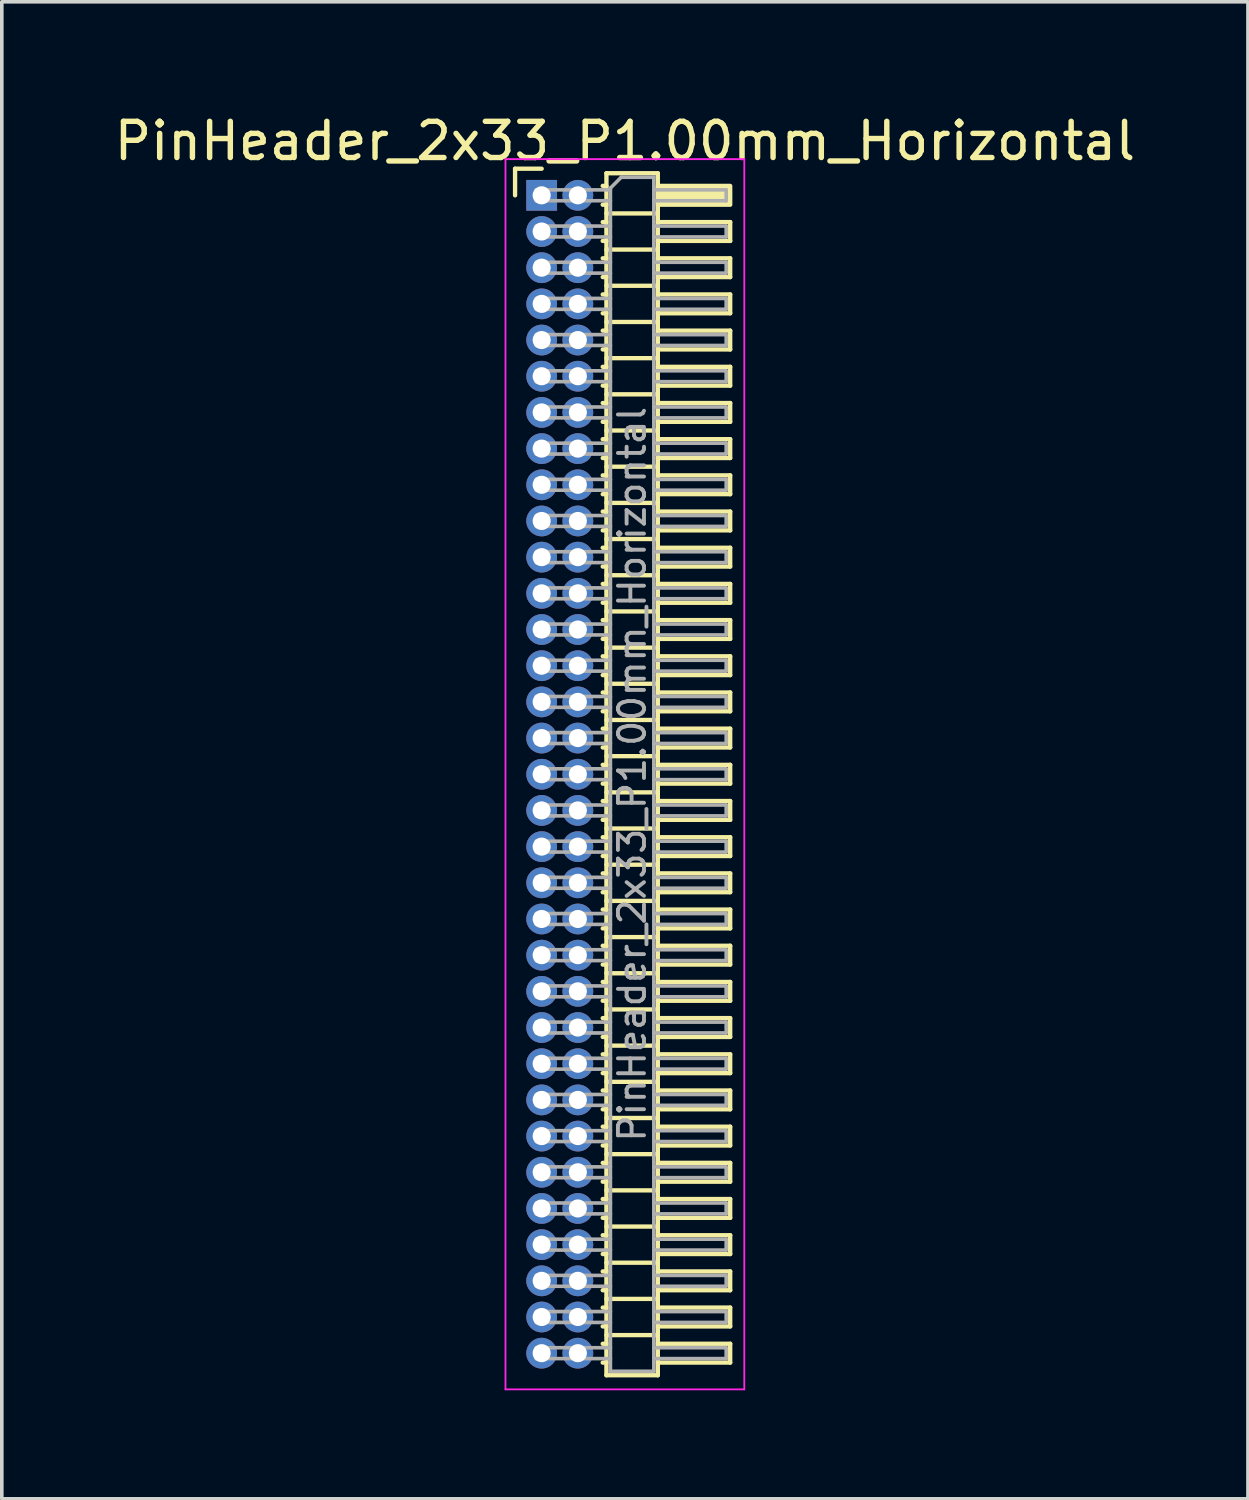
<source format=kicad_pcb>
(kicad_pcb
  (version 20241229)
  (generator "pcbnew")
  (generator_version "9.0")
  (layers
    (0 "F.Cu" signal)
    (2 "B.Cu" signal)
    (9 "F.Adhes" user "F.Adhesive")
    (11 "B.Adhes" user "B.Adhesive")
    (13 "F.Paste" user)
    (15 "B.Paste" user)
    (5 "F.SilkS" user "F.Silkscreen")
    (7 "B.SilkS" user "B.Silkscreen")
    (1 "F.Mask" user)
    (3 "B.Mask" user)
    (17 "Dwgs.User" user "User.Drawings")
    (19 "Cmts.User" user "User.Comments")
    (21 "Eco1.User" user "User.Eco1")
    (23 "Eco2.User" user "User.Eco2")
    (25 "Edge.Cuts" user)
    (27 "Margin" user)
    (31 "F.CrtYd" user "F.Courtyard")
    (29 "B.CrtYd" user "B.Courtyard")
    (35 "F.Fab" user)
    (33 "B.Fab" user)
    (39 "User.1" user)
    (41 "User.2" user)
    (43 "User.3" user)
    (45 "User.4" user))
  (footprint "PinHeader_2x33_P1.00mm_Horizontal"
    (layer "F.Cu")
    (at 11.92 2.348)
    (property "Reference" "PinHeader_2x33_P1.00mm_Horizontal" (at 2.3 -1.5 0) (layer "F.SilkS") (effects (font (size 1 1) (thickness 0.15))))
    (attr through_hole)
    (fp_line (start -0.735 -0.735) (end 0 -0.735) (stroke (width 0.12) (type solid)) (layer "F.SilkS"))
    (fp_line (start -0.735 0) (end -0.735 -0.735) (stroke (width 0.12) (type solid)) (layer "F.SilkS"))
    (fp_line (start 1.687 -0.26) (end 1.79 -0.26) (stroke (width 0.12) (type solid)) (layer "F.SilkS"))
    (fp_line (start 1.687 0.26) (end 1.79 0.26) (stroke (width 0.12) (type solid)) (layer "F.SilkS"))
    (fp_line (start 1.687 0.74) (end 1.79 0.74) (stroke (width 0.12) (type solid)) (layer "F.SilkS"))
    (fp_line (start 1.687 1.26) (end 1.79 1.26) (stroke (width 0.12) (type solid)) (layer "F.SilkS"))
    (fp_line (start 1.687 1.74) (end 1.79 1.74) (stroke (width 0.12) (type solid)) (layer "F.SilkS"))
    (fp_line (start 1.687 2.26) (end 1.79 2.26) (stroke (width 0.12) (type solid)) (layer "F.SilkS"))
    (fp_line (start 1.687 2.74) (end 1.79 2.74) (stroke (width 0.12) (type solid)) (layer "F.SilkS"))
    (fp_line (start 1.687 3.26) (end 1.79 3.26) (stroke (width 0.12) (type solid)) (layer "F.SilkS"))
    (fp_line (start 1.687 3.74) (end 1.79 3.74) (stroke (width 0.12) (type solid)) (layer "F.SilkS"))
    (fp_line (start 1.687 4.26) (end 1.79 4.26) (stroke (width 0.12) (type solid)) (layer "F.SilkS"))
    (fp_line (start 1.687 4.74) (end 1.79 4.74) (stroke (width 0.12) (type solid)) (layer "F.SilkS"))
    (fp_line (start 1.687 5.26) (end 1.79 5.26) (stroke (width 0.12) (type solid)) (layer "F.SilkS"))
    (fp_line (start 1.687 5.74) (end 1.79 5.74) (stroke (width 0.12) (type solid)) (layer "F.SilkS"))
    (fp_line (start 1.687 6.26) (end 1.79 6.26) (stroke (width 0.12) (type solid)) (layer "F.SilkS"))
    (fp_line (start 1.687 6.74) (end 1.79 6.74) (stroke (width 0.12) (type solid)) (layer "F.SilkS"))
    (fp_line (start 1.687 7.26) (end 1.79 7.26) (stroke (width 0.12) (type solid)) (layer "F.SilkS"))
    (fp_line (start 1.687 7.74) (end 1.79 7.74) (stroke (width 0.12) (type solid)) (layer "F.SilkS"))
    (fp_line (start 1.687 8.26) (end 1.79 8.26) (stroke (width 0.12) (type solid)) (layer "F.SilkS"))
    (fp_line (start 1.687 8.74) (end 1.79 8.74) (stroke (width 0.12) (type solid)) (layer "F.SilkS"))
    (fp_line (start 1.687 9.26) (end 1.79 9.26) (stroke (width 0.12) (type solid)) (layer "F.SilkS"))
    (fp_line (start 1.687 9.74) (end 1.79 9.74) (stroke (width 0.12) (type solid)) (layer "F.SilkS"))
    (fp_line (start 1.687 10.26) (end 1.79 10.26) (stroke (width 0.12) (type solid)) (layer "F.SilkS"))
    (fp_line (start 1.687 10.74) (end 1.79 10.74) (stroke (width 0.12) (type solid)) (layer "F.SilkS"))
    (fp_line (start 1.687 11.26) (end 1.79 11.26) (stroke (width 0.12) (type solid)) (layer "F.SilkS"))
    (fp_line (start 1.687 11.74) (end 1.79 11.74) (stroke (width 0.12) (type solid)) (layer "F.SilkS"))
    (fp_line (start 1.687 12.26) (end 1.79 12.26) (stroke (width 0.12) (type solid)) (layer "F.SilkS"))
    (fp_line (start 1.687 12.74) (end 1.79 12.74) (stroke (width 0.12) (type solid)) (layer "F.SilkS"))
    (fp_line (start 1.687 13.26) (end 1.79 13.26) (stroke (width 0.12) (type solid)) (layer "F.SilkS"))
    (fp_line (start 1.687 13.74) (end 1.79 13.74) (stroke (width 0.12) (type solid)) (layer "F.SilkS"))
    (fp_line (start 1.687 14.26) (end 1.79 14.26) (stroke (width 0.12) (type solid)) (layer "F.SilkS"))
    (fp_line (start 1.687 14.74) (end 1.79 14.74) (stroke (width 0.12) (type solid)) (layer "F.SilkS"))
    (fp_line (start 1.687 15.26) (end 1.79 15.26) (stroke (width 0.12) (type solid)) (layer "F.SilkS"))
    (fp_line (start 1.687 15.74) (end 1.79 15.74) (stroke (width 0.12) (type solid)) (layer "F.SilkS"))
    (fp_line (start 1.687 16.26) (end 1.79 16.26) (stroke (width 0.12) (type solid)) (layer "F.SilkS"))
    (fp_line (start 1.687 16.74) (end 1.79 16.74) (stroke (width 0.12) (type solid)) (layer "F.SilkS"))
    (fp_line (start 1.687 17.26) (end 1.79 17.26) (stroke (width 0.12) (type solid)) (layer "F.SilkS"))
    (fp_line (start 1.687 17.74) (end 1.79 17.74) (stroke (width 0.12) (type solid)) (layer "F.SilkS"))
    (fp_line (start 1.687 18.26) (end 1.79 18.26) (stroke (width 0.12) (type solid)) (layer "F.SilkS"))
    (fp_line (start 1.687 18.74) (end 1.79 18.74) (stroke (width 0.12) (type solid)) (layer "F.SilkS"))
    (fp_line (start 1.687 19.26) (end 1.79 19.26) (stroke (width 0.12) (type solid)) (layer "F.SilkS"))
    (fp_line (start 1.687 19.74) (end 1.79 19.74) (stroke (width 0.12) (type solid)) (layer "F.SilkS"))
    (fp_line (start 1.687 20.26) (end 1.79 20.26) (stroke (width 0.12) (type solid)) (layer "F.SilkS"))
    (fp_line (start 1.687 20.74) (end 1.79 20.74) (stroke (width 0.12) (type solid)) (layer "F.SilkS"))
    (fp_line (start 1.687 21.26) (end 1.79 21.26) (stroke (width 0.12) (type solid)) (layer "F.SilkS"))
    (fp_line (start 1.687 21.74) (end 1.79 21.74) (stroke (width 0.12) (type solid)) (layer "F.SilkS"))
    (fp_line (start 1.687 22.26) (end 1.79 22.26) (stroke (width 0.12) (type solid)) (layer "F.SilkS"))
    (fp_line (start 1.687 22.74) (end 1.79 22.74) (stroke (width 0.12) (type solid)) (layer "F.SilkS"))
    (fp_line (start 1.687 23.26) (end 1.79 23.26) (stroke (width 0.12) (type solid)) (layer "F.SilkS"))
    (fp_line (start 1.687 23.74) (end 1.79 23.74) (stroke (width 0.12) (type solid)) (layer "F.SilkS"))
    (fp_line (start 1.687 24.26) (end 1.79 24.26) (stroke (width 0.12) (type solid)) (layer "F.SilkS"))
    (fp_line (start 1.687 24.74) (end 1.79 24.74) (stroke (width 0.12) (type solid)) (layer "F.SilkS"))
    (fp_line (start 1.687 25.26) (end 1.79 25.26) (stroke (width 0.12) (type solid)) (layer "F.SilkS"))
    (fp_line (start 1.687 25.74) (end 1.79 25.74) (stroke (width 0.12) (type solid)) (layer "F.SilkS"))
    (fp_line (start 1.687 26.26) (end 1.79 26.26) (stroke (width 0.12) (type solid)) (layer "F.SilkS"))
    (fp_line (start 1.687 26.74) (end 1.79 26.74) (stroke (width 0.12) (type solid)) (layer "F.SilkS"))
    (fp_line (start 1.687 27.26) (end 1.79 27.26) (stroke (width 0.12) (type solid)) (layer "F.SilkS"))
    (fp_line (start 1.687 27.74) (end 1.79 27.74) (stroke (width 0.12) (type solid)) (layer "F.SilkS"))
    (fp_line (start 1.687 28.26) (end 1.79 28.26) (stroke (width 0.12) (type solid)) (layer "F.SilkS"))
    (fp_line (start 1.687 28.74) (end 1.79 28.74) (stroke (width 0.12) (type solid)) (layer "F.SilkS"))
    (fp_line (start 1.687 29.26) (end 1.79 29.26) (stroke (width 0.12) (type solid)) (layer "F.SilkS"))
    (fp_line (start 1.687 29.74) (end 1.79 29.74) (stroke (width 0.12) (type solid)) (layer "F.SilkS"))
    (fp_line (start 1.687 30.26) (end 1.79 30.26) (stroke (width 0.12) (type solid)) (layer "F.SilkS"))
    (fp_line (start 1.687 30.74) (end 1.79 30.74) (stroke (width 0.12) (type solid)) (layer "F.SilkS"))
    (fp_line (start 1.687 31.26) (end 1.79 31.26) (stroke (width 0.12) (type solid)) (layer "F.SilkS"))
    (fp_line (start 1.687 31.74) (end 1.79 31.74) (stroke (width 0.12) (type solid)) (layer "F.SilkS"))
    (fp_line (start 1.687 32.26) (end 1.79 32.26) (stroke (width 0.12) (type solid)) (layer "F.SilkS"))
    (fp_line (start 1.79 -0.61) (end 1.79 32.61) (stroke (width 0.12) (type solid)) (layer "F.SilkS"))
    (fp_line (start 1.79 0.5) (end 3.21 0.5) (stroke (width 0.12) (type solid)) (layer "F.SilkS"))
    (fp_line (start 1.79 1.5) (end 3.21 1.5) (stroke (width 0.12) (type solid)) (layer "F.SilkS"))
    (fp_line (start 1.79 2.5) (end 3.21 2.5) (stroke (width 0.12) (type solid)) (layer "F.SilkS"))
    (fp_line (start 1.79 3.5) (end 3.21 3.5) (stroke (width 0.12) (type solid)) (layer "F.SilkS"))
    (fp_line (start 1.79 4.5) (end 3.21 4.5) (stroke (width 0.12) (type solid)) (layer "F.SilkS"))
    (fp_line (start 1.79 5.5) (end 3.21 5.5) (stroke (width 0.12) (type solid)) (layer "F.SilkS"))
    (fp_line (start 1.79 6.5) (end 3.21 6.5) (stroke (width 0.12) (type solid)) (layer "F.SilkS"))
    (fp_line (start 1.79 7.5) (end 3.21 7.5) (stroke (width 0.12) (type solid)) (layer "F.SilkS"))
    (fp_line (start 1.79 8.5) (end 3.21 8.5) (stroke (width 0.12) (type solid)) (layer "F.SilkS"))
    (fp_line (start 1.79 9.5) (end 3.21 9.5) (stroke (width 0.12) (type solid)) (layer "F.SilkS"))
    (fp_line (start 1.79 10.5) (end 3.21 10.5) (stroke (width 0.12) (type solid)) (layer "F.SilkS"))
    (fp_line (start 1.79 11.5) (end 3.21 11.5) (stroke (width 0.12) (type solid)) (layer "F.SilkS"))
    (fp_line (start 1.79 12.5) (end 3.21 12.5) (stroke (width 0.12) (type solid)) (layer "F.SilkS"))
    (fp_line (start 1.79 13.5) (end 3.21 13.5) (stroke (width 0.12) (type solid)) (layer "F.SilkS"))
    (fp_line (start 1.79 14.5) (end 3.21 14.5) (stroke (width 0.12) (type solid)) (layer "F.SilkS"))
    (fp_line (start 1.79 15.5) (end 3.21 15.5) (stroke (width 0.12) (type solid)) (layer "F.SilkS"))
    (fp_line (start 1.79 16.5) (end 3.21 16.5) (stroke (width 0.12) (type solid)) (layer "F.SilkS"))
    (fp_line (start 1.79 17.5) (end 3.21 17.5) (stroke (width 0.12) (type solid)) (layer "F.SilkS"))
    (fp_line (start 1.79 18.5) (end 3.21 18.5) (stroke (width 0.12) (type solid)) (layer "F.SilkS"))
    (fp_line (start 1.79 19.5) (end 3.21 19.5) (stroke (width 0.12) (type solid)) (layer "F.SilkS"))
    (fp_line (start 1.79 20.5) (end 3.21 20.5) (stroke (width 0.12) (type solid)) (layer "F.SilkS"))
    (fp_line (start 1.79 21.5) (end 3.21 21.5) (stroke (width 0.12) (type solid)) (layer "F.SilkS"))
    (fp_line (start 1.79 22.5) (end 3.21 22.5) (stroke (width 0.12) (type solid)) (layer "F.SilkS"))
    (fp_line (start 1.79 23.5) (end 3.21 23.5) (stroke (width 0.12) (type solid)) (layer "F.SilkS"))
    (fp_line (start 1.79 24.5) (end 3.21 24.5) (stroke (width 0.12) (type solid)) (layer "F.SilkS"))
    (fp_line (start 1.79 25.5) (end 3.21 25.5) (stroke (width 0.12) (type solid)) (layer "F.SilkS"))
    (fp_line (start 1.79 26.5) (end 3.21 26.5) (stroke (width 0.12) (type solid)) (layer "F.SilkS"))
    (fp_line (start 1.79 27.5) (end 3.21 27.5) (stroke (width 0.12) (type solid)) (layer "F.SilkS"))
    (fp_line (start 1.79 28.5) (end 3.21 28.5) (stroke (width 0.12) (type solid)) (layer "F.SilkS"))
    (fp_line (start 1.79 29.5) (end 3.21 29.5) (stroke (width 0.12) (type solid)) (layer "F.SilkS"))
    (fp_line (start 1.79 30.5) (end 3.21 30.5) (stroke (width 0.12) (type solid)) (layer "F.SilkS"))
    (fp_line (start 1.79 31.5) (end 3.21 31.5) (stroke (width 0.12) (type solid)) (layer "F.SilkS"))
    (fp_line (start 1.79 32.61) (end 3.21 32.61) (stroke (width 0.12) (type solid)) (layer "F.SilkS"))
    (fp_line (start 3.21 -0.61) (end 1.79 -0.61) (stroke (width 0.12) (type solid)) (layer "F.SilkS"))
    (fp_line (start 3.21 0.74) (end 5.21 0.74) (stroke (width 0.12) (type solid)) (layer "F.SilkS"))
    (fp_line (start 3.21 1.74) (end 5.21 1.74) (stroke (width 0.12) (type solid)) (layer "F.SilkS"))
    (fp_line (start 3.21 2.74) (end 5.21 2.74) (stroke (width 0.12) (type solid)) (layer "F.SilkS"))
    (fp_line (start 3.21 3.74) (end 5.21 3.74) (stroke (width 0.12) (type solid)) (layer "F.SilkS"))
    (fp_line (start 3.21 4.74) (end 5.21 4.74) (stroke (width 0.12) (type solid)) (layer "F.SilkS"))
    (fp_line (start 3.21 5.74) (end 5.21 5.74) (stroke (width 0.12) (type solid)) (layer "F.SilkS"))
    (fp_line (start 3.21 6.74) (end 5.21 6.74) (stroke (width 0.12) (type solid)) (layer "F.SilkS"))
    (fp_line (start 3.21 7.74) (end 5.21 7.74) (stroke (width 0.12) (type solid)) (layer "F.SilkS"))
    (fp_line (start 3.21 8.74) (end 5.21 8.74) (stroke (width 0.12) (type solid)) (layer "F.SilkS"))
    (fp_line (start 3.21 9.74) (end 5.21 9.74) (stroke (width 0.12) (type solid)) (layer "F.SilkS"))
    (fp_line (start 3.21 10.74) (end 5.21 10.74) (stroke (width 0.12) (type solid)) (layer "F.SilkS"))
    (fp_line (start 3.21 11.74) (end 5.21 11.74) (stroke (width 0.12) (type solid)) (layer "F.SilkS"))
    (fp_line (start 3.21 12.74) (end 5.21 12.74) (stroke (width 0.12) (type solid)) (layer "F.SilkS"))
    (fp_line (start 3.21 13.74) (end 5.21 13.74) (stroke (width 0.12) (type solid)) (layer "F.SilkS"))
    (fp_line (start 3.21 14.74) (end 5.21 14.74) (stroke (width 0.12) (type solid)) (layer "F.SilkS"))
    (fp_line (start 3.21 15.74) (end 5.21 15.74) (stroke (width 0.12) (type solid)) (layer "F.SilkS"))
    (fp_line (start 3.21 16.74) (end 5.21 16.74) (stroke (width 0.12) (type solid)) (layer "F.SilkS"))
    (fp_line (start 3.21 17.74) (end 5.21 17.74) (stroke (width 0.12) (type solid)) (layer "F.SilkS"))
    (fp_line (start 3.21 18.74) (end 5.21 18.74) (stroke (width 0.12) (type solid)) (layer "F.SilkS"))
    (fp_line (start 3.21 19.74) (end 5.21 19.74) (stroke (width 0.12) (type solid)) (layer "F.SilkS"))
    (fp_line (start 3.21 20.74) (end 5.21 20.74) (stroke (width 0.12) (type solid)) (layer "F.SilkS"))
    (fp_line (start 3.21 21.74) (end 5.21 21.74) (stroke (width 0.12) (type solid)) (layer "F.SilkS"))
    (fp_line (start 3.21 22.74) (end 5.21 22.74) (stroke (width 0.12) (type solid)) (layer "F.SilkS"))
    (fp_line (start 3.21 23.74) (end 5.21 23.74) (stroke (width 0.12) (type solid)) (layer "F.SilkS"))
    (fp_line (start 3.21 24.74) (end 5.21 24.74) (stroke (width 0.12) (type solid)) (layer "F.SilkS"))
    (fp_line (start 3.21 25.74) (end 5.21 25.74) (stroke (width 0.12) (type solid)) (layer "F.SilkS"))
    (fp_line (start 3.21 26.74) (end 5.21 26.74) (stroke (width 0.12) (type solid)) (layer "F.SilkS"))
    (fp_line (start 3.21 27.74) (end 5.21 27.74) (stroke (width 0.12) (type solid)) (layer "F.SilkS"))
    (fp_line (start 3.21 28.74) (end 5.21 28.74) (stroke (width 0.12) (type solid)) (layer "F.SilkS"))
    (fp_line (start 3.21 29.74) (end 5.21 29.74) (stroke (width 0.12) (type solid)) (layer "F.SilkS"))
    (fp_line (start 3.21 30.74) (end 5.21 30.74) (stroke (width 0.12) (type solid)) (layer "F.SilkS"))
    (fp_line (start 3.21 31.74) (end 5.21 31.74) (stroke (width 0.12) (type solid)) (layer "F.SilkS"))
    (fp_line (start 3.21 32.61) (end 3.21 -0.61) (stroke (width 0.12) (type solid)) (layer "F.SilkS"))
    (fp_line (start 5.21 0.74) (end 5.21 1.26) (stroke (width 0.12) (type solid)) (layer "F.SilkS"))
    (fp_line (start 5.21 1.26) (end 3.21 1.26) (stroke (width 0.12) (type solid)) (layer "F.SilkS"))
    (fp_line (start 5.21 1.74) (end 5.21 2.26) (stroke (width 0.12) (type solid)) (layer "F.SilkS"))
    (fp_line (start 5.21 2.26) (end 3.21 2.26) (stroke (width 0.12) (type solid)) (layer "F.SilkS"))
    (fp_line (start 5.21 2.74) (end 5.21 3.26) (stroke (width 0.12) (type solid)) (layer "F.SilkS"))
    (fp_line (start 5.21 3.26) (end 3.21 3.26) (stroke (width 0.12) (type solid)) (layer "F.SilkS"))
    (fp_line (start 5.21 3.74) (end 5.21 4.26) (stroke (width 0.12) (type solid)) (layer "F.SilkS"))
    (fp_line (start 5.21 4.26) (end 3.21 4.26) (stroke (width 0.12) (type solid)) (layer "F.SilkS"))
    (fp_line (start 5.21 4.74) (end 5.21 5.26) (stroke (width 0.12) (type solid)) (layer "F.SilkS"))
    (fp_line (start 5.21 5.26) (end 3.21 5.26) (stroke (width 0.12) (type solid)) (layer "F.SilkS"))
    (fp_line (start 5.21 5.74) (end 5.21 6.26) (stroke (width 0.12) (type solid)) (layer "F.SilkS"))
    (fp_line (start 5.21 6.26) (end 3.21 6.26) (stroke (width 0.12) (type solid)) (layer "F.SilkS"))
    (fp_line (start 5.21 6.74) (end 5.21 7.26) (stroke (width 0.12) (type solid)) (layer "F.SilkS"))
    (fp_line (start 5.21 7.26) (end 3.21 7.26) (stroke (width 0.12) (type solid)) (layer "F.SilkS"))
    (fp_line (start 5.21 7.74) (end 5.21 8.26) (stroke (width 0.12) (type solid)) (layer "F.SilkS"))
    (fp_line (start 5.21 8.26) (end 3.21 8.26) (stroke (width 0.12) (type solid)) (layer "F.SilkS"))
    (fp_line (start 5.21 8.74) (end 5.21 9.26) (stroke (width 0.12) (type solid)) (layer "F.SilkS"))
    (fp_line (start 5.21 9.26) (end 3.21 9.26) (stroke (width 0.12) (type solid)) (layer "F.SilkS"))
    (fp_line (start 5.21 9.74) (end 5.21 10.26) (stroke (width 0.12) (type solid)) (layer "F.SilkS"))
    (fp_line (start 5.21 10.26) (end 3.21 10.26) (stroke (width 0.12) (type solid)) (layer "F.SilkS"))
    (fp_line (start 5.21 10.74) (end 5.21 11.26) (stroke (width 0.12) (type solid)) (layer "F.SilkS"))
    (fp_line (start 5.21 11.26) (end 3.21 11.26) (stroke (width 0.12) (type solid)) (layer "F.SilkS"))
    (fp_line (start 5.21 11.74) (end 5.21 12.26) (stroke (width 0.12) (type solid)) (layer "F.SilkS"))
    (fp_line (start 5.21 12.26) (end 3.21 12.26) (stroke (width 0.12) (type solid)) (layer "F.SilkS"))
    (fp_line (start 5.21 12.74) (end 5.21 13.26) (stroke (width 0.12) (type solid)) (layer "F.SilkS"))
    (fp_line (start 5.21 13.26) (end 3.21 13.26) (stroke (width 0.12) (type solid)) (layer "F.SilkS"))
    (fp_line (start 5.21 13.74) (end 5.21 14.26) (stroke (width 0.12) (type solid)) (layer "F.SilkS"))
    (fp_line (start 5.21 14.26) (end 3.21 14.26) (stroke (width 0.12) (type solid)) (layer "F.SilkS"))
    (fp_line (start 5.21 14.74) (end 5.21 15.26) (stroke (width 0.12) (type solid)) (layer "F.SilkS"))
    (fp_line (start 5.21 15.26) (end 3.21 15.26) (stroke (width 0.12) (type solid)) (layer "F.SilkS"))
    (fp_line (start 5.21 15.74) (end 5.21 16.26) (stroke (width 0.12) (type solid)) (layer "F.SilkS"))
    (fp_line (start 5.21 16.26) (end 3.21 16.26) (stroke (width 0.12) (type solid)) (layer "F.SilkS"))
    (fp_line (start 5.21 16.74) (end 5.21 17.26) (stroke (width 0.12) (type solid)) (layer "F.SilkS"))
    (fp_line (start 5.21 17.26) (end 3.21 17.26) (stroke (width 0.12) (type solid)) (layer "F.SilkS"))
    (fp_line (start 5.21 17.74) (end 5.21 18.26) (stroke (width 0.12) (type solid)) (layer "F.SilkS"))
    (fp_line (start 5.21 18.26) (end 3.21 18.26) (stroke (width 0.12) (type solid)) (layer "F.SilkS"))
    (fp_line (start 5.21 18.74) (end 5.21 19.26) (stroke (width 0.12) (type solid)) (layer "F.SilkS"))
    (fp_line (start 5.21 19.26) (end 3.21 19.26) (stroke (width 0.12) (type solid)) (layer "F.SilkS"))
    (fp_line (start 5.21 19.74) (end 5.21 20.26) (stroke (width 0.12) (type solid)) (layer "F.SilkS"))
    (fp_line (start 5.21 20.26) (end 3.21 20.26) (stroke (width 0.12) (type solid)) (layer "F.SilkS"))
    (fp_line (start 5.21 20.74) (end 5.21 21.26) (stroke (width 0.12) (type solid)) (layer "F.SilkS"))
    (fp_line (start 5.21 21.26) (end 3.21 21.26) (stroke (width 0.12) (type solid)) (layer "F.SilkS"))
    (fp_line (start 5.21 21.74) (end 5.21 22.26) (stroke (width 0.12) (type solid)) (layer "F.SilkS"))
    (fp_line (start 5.21 22.26) (end 3.21 22.26) (stroke (width 0.12) (type solid)) (layer "F.SilkS"))
    (fp_line (start 5.21 22.74) (end 5.21 23.26) (stroke (width 0.12) (type solid)) (layer "F.SilkS"))
    (fp_line (start 5.21 23.26) (end 3.21 23.26) (stroke (width 0.12) (type solid)) (layer "F.SilkS"))
    (fp_line (start 5.21 23.74) (end 5.21 24.26) (stroke (width 0.12) (type solid)) (layer "F.SilkS"))
    (fp_line (start 5.21 24.26) (end 3.21 24.26) (stroke (width 0.12) (type solid)) (layer "F.SilkS"))
    (fp_line (start 5.21 24.74) (end 5.21 25.26) (stroke (width 0.12) (type solid)) (layer "F.SilkS"))
    (fp_line (start 5.21 25.26) (end 3.21 25.26) (stroke (width 0.12) (type solid)) (layer "F.SilkS"))
    (fp_line (start 5.21 25.74) (end 5.21 26.26) (stroke (width 0.12) (type solid)) (layer "F.SilkS"))
    (fp_line (start 5.21 26.26) (end 3.21 26.26) (stroke (width 0.12) (type solid)) (layer "F.SilkS"))
    (fp_line (start 5.21 26.74) (end 5.21 27.26) (stroke (width 0.12) (type solid)) (layer "F.SilkS"))
    (fp_line (start 5.21 27.26) (end 3.21 27.26) (stroke (width 0.12) (type solid)) (layer "F.SilkS"))
    (fp_line (start 5.21 27.74) (end 5.21 28.26) (stroke (width 0.12) (type solid)) (layer "F.SilkS"))
    (fp_line (start 5.21 28.26) (end 3.21 28.26) (stroke (width 0.12) (type solid)) (layer "F.SilkS"))
    (fp_line (start 5.21 28.74) (end 5.21 29.26) (stroke (width 0.12) (type solid)) (layer "F.SilkS"))
    (fp_line (start 5.21 29.26) (end 3.21 29.26) (stroke (width 0.12) (type solid)) (layer "F.SilkS"))
    (fp_line (start 5.21 29.74) (end 5.21 30.26) (stroke (width 0.12) (type solid)) (layer "F.SilkS"))
    (fp_line (start 5.21 30.26) (end 3.21 30.26) (stroke (width 0.12) (type solid)) (layer "F.SilkS"))
    (fp_line (start 5.21 30.74) (end 5.21 31.26) (stroke (width 0.12) (type solid)) (layer "F.SilkS"))
    (fp_line (start 5.21 31.26) (end 3.21 31.26) (stroke (width 0.12) (type solid)) (layer "F.SilkS"))
    (fp_line (start 5.21 31.74) (end 5.21 32.26) (stroke (width 0.12) (type solid)) (layer "F.SilkS"))
    (fp_line (start 5.21 32.26) (end 3.21 32.26) (stroke (width 0.12) (type solid)) (layer "F.SilkS"))
    (fp_rect (start 3.21 -0.26) (end 5.21 0.26) (stroke (width 0.12) (type solid)) (fill yes) (layer "F.SilkS"))
    (fp_line (start -1 -1) (end -1 33) (stroke (width 0.05) (type solid)) (layer "F.CrtYd"))
    (fp_line (start -1 33) (end 5.6 33) (stroke (width 0.05) (type solid)) (layer "F.CrtYd"))
    (fp_line (start 5.6 -1) (end -1 -1) (stroke (width 0.05) (type solid)) (layer "F.CrtYd"))
    (fp_line (start 5.6 33) (end 5.6 -1) (stroke (width 0.05) (type solid)) (layer "F.CrtYd"))
    (fp_line (start -0.15 -0.15) (end -0.15 0.15) (stroke (width 0.1) (type solid)) (layer "F.Fab"))
    (fp_line (start -0.15 -0.15) (end 1.9 -0.15) (stroke (width 0.1) (type solid)) (layer "F.Fab"))
    (fp_line (start -0.15 0.15) (end 1.9 0.15) (stroke (width 0.1) (type solid)) (layer "F.Fab"))
    (fp_line (start -0.15 0.85) (end -0.15 1.15) (stroke (width 0.1) (type solid)) (layer "F.Fab"))
    (fp_line (start -0.15 0.85) (end 1.9 0.85) (stroke (width 0.1) (type solid)) (layer "F.Fab"))
    (fp_line (start -0.15 1.15) (end 1.9 1.15) (stroke (width 0.1) (type solid)) (layer "F.Fab"))
    (fp_line (start -0.15 1.85) (end -0.15 2.15) (stroke (width 0.1) (type solid)) (layer "F.Fab"))
    (fp_line (start -0.15 1.85) (end 1.9 1.85) (stroke (width 0.1) (type solid)) (layer "F.Fab"))
    (fp_line (start -0.15 2.15) (end 1.9 2.15) (stroke (width 0.1) (type solid)) (layer "F.Fab"))
    (fp_line (start -0.15 2.85) (end -0.15 3.15) (stroke (width 0.1) (type solid)) (layer "F.Fab"))
    (fp_line (start -0.15 2.85) (end 1.9 2.85) (stroke (width 0.1) (type solid)) (layer "F.Fab"))
    (fp_line (start -0.15 3.15) (end 1.9 3.15) (stroke (width 0.1) (type solid)) (layer "F.Fab"))
    (fp_line (start -0.15 3.85) (end -0.15 4.15) (stroke (width 0.1) (type solid)) (layer "F.Fab"))
    (fp_line (start -0.15 3.85) (end 1.9 3.85) (stroke (width 0.1) (type solid)) (layer "F.Fab"))
    (fp_line (start -0.15 4.15) (end 1.9 4.15) (stroke (width 0.1) (type solid)) (layer "F.Fab"))
    (fp_line (start -0.15 4.85) (end -0.15 5.15) (stroke (width 0.1) (type solid)) (layer "F.Fab"))
    (fp_line (start -0.15 4.85) (end 1.9 4.85) (stroke (width 0.1) (type solid)) (layer "F.Fab"))
    (fp_line (start -0.15 5.15) (end 1.9 5.15) (stroke (width 0.1) (type solid)) (layer "F.Fab"))
    (fp_line (start -0.15 5.85) (end -0.15 6.15) (stroke (width 0.1) (type solid)) (layer "F.Fab"))
    (fp_line (start -0.15 5.85) (end 1.9 5.85) (stroke (width 0.1) (type solid)) (layer "F.Fab"))
    (fp_line (start -0.15 6.15) (end 1.9 6.15) (stroke (width 0.1) (type solid)) (layer "F.Fab"))
    (fp_line (start -0.15 6.85) (end -0.15 7.15) (stroke (width 0.1) (type solid)) (layer "F.Fab"))
    (fp_line (start -0.15 6.85) (end 1.9 6.85) (stroke (width 0.1) (type solid)) (layer "F.Fab"))
    (fp_line (start -0.15 7.15) (end 1.9 7.15) (stroke (width 0.1) (type solid)) (layer "F.Fab"))
    (fp_line (start -0.15 7.85) (end -0.15 8.15) (stroke (width 0.1) (type solid)) (layer "F.Fab"))
    (fp_line (start -0.15 7.85) (end 1.9 7.85) (stroke (width 0.1) (type solid)) (layer "F.Fab"))
    (fp_line (start -0.15 8.15) (end 1.9 8.15) (stroke (width 0.1) (type solid)) (layer "F.Fab"))
    (fp_line (start -0.15 8.85) (end -0.15 9.15) (stroke (width 0.1) (type solid)) (layer "F.Fab"))
    (fp_line (start -0.15 8.85) (end 1.9 8.85) (stroke (width 0.1) (type solid)) (layer "F.Fab"))
    (fp_line (start -0.15 9.15) (end 1.9 9.15) (stroke (width 0.1) (type solid)) (layer "F.Fab"))
    (fp_line (start -0.15 9.85) (end -0.15 10.15) (stroke (width 0.1) (type solid)) (layer "F.Fab"))
    (fp_line (start -0.15 9.85) (end 1.9 9.85) (stroke (width 0.1) (type solid)) (layer "F.Fab"))
    (fp_line (start -0.15 10.15) (end 1.9 10.15) (stroke (width 0.1) (type solid)) (layer "F.Fab"))
    (fp_line (start -0.15 10.85) (end -0.15 11.15) (stroke (width 0.1) (type solid)) (layer "F.Fab"))
    (fp_line (start -0.15 10.85) (end 1.9 10.85) (stroke (width 0.1) (type solid)) (layer "F.Fab"))
    (fp_line (start -0.15 11.15) (end 1.9 11.15) (stroke (width 0.1) (type solid)) (layer "F.Fab"))
    (fp_line (start -0.15 11.85) (end -0.15 12.15) (stroke (width 0.1) (type solid)) (layer "F.Fab"))
    (fp_line (start -0.15 11.85) (end 1.9 11.85) (stroke (width 0.1) (type solid)) (layer "F.Fab"))
    (fp_line (start -0.15 12.15) (end 1.9 12.15) (stroke (width 0.1) (type solid)) (layer "F.Fab"))
    (fp_line (start -0.15 12.85) (end -0.15 13.15) (stroke (width 0.1) (type solid)) (layer "F.Fab"))
    (fp_line (start -0.15 12.85) (end 1.9 12.85) (stroke (width 0.1) (type solid)) (layer "F.Fab"))
    (fp_line (start -0.15 13.15) (end 1.9 13.15) (stroke (width 0.1) (type solid)) (layer "F.Fab"))
    (fp_line (start -0.15 13.85) (end -0.15 14.15) (stroke (width 0.1) (type solid)) (layer "F.Fab"))
    (fp_line (start -0.15 13.85) (end 1.9 13.85) (stroke (width 0.1) (type solid)) (layer "F.Fab"))
    (fp_line (start -0.15 14.15) (end 1.9 14.15) (stroke (width 0.1) (type solid)) (layer "F.Fab"))
    (fp_line (start -0.15 14.85) (end -0.15 15.15) (stroke (width 0.1) (type solid)) (layer "F.Fab"))
    (fp_line (start -0.15 14.85) (end 1.9 14.85) (stroke (width 0.1) (type solid)) (layer "F.Fab"))
    (fp_line (start -0.15 15.15) (end 1.9 15.15) (stroke (width 0.1) (type solid)) (layer "F.Fab"))
    (fp_line (start -0.15 15.85) (end -0.15 16.15) (stroke (width 0.1) (type solid)) (layer "F.Fab"))
    (fp_line (start -0.15 15.85) (end 1.9 15.85) (stroke (width 0.1) (type solid)) (layer "F.Fab"))
    (fp_line (start -0.15 16.15) (end 1.9 16.15) (stroke (width 0.1) (type solid)) (layer "F.Fab"))
    (fp_line (start -0.15 16.85) (end -0.15 17.15) (stroke (width 0.1) (type solid)) (layer "F.Fab"))
    (fp_line (start -0.15 16.85) (end 1.9 16.85) (stroke (width 0.1) (type solid)) (layer "F.Fab"))
    (fp_line (start -0.15 17.15) (end 1.9 17.15) (stroke (width 0.1) (type solid)) (layer "F.Fab"))
    (fp_line (start -0.15 17.85) (end -0.15 18.15) (stroke (width 0.1) (type solid)) (layer "F.Fab"))
    (fp_line (start -0.15 17.85) (end 1.9 17.85) (stroke (width 0.1) (type solid)) (layer "F.Fab"))
    (fp_line (start -0.15 18.15) (end 1.9 18.15) (stroke (width 0.1) (type solid)) (layer "F.Fab"))
    (fp_line (start -0.15 18.85) (end -0.15 19.15) (stroke (width 0.1) (type solid)) (layer "F.Fab"))
    (fp_line (start -0.15 18.85) (end 1.9 18.85) (stroke (width 0.1) (type solid)) (layer "F.Fab"))
    (fp_line (start -0.15 19.15) (end 1.9 19.15) (stroke (width 0.1) (type solid)) (layer "F.Fab"))
    (fp_line (start -0.15 19.85) (end -0.15 20.15) (stroke (width 0.1) (type solid)) (layer "F.Fab"))
    (fp_line (start -0.15 19.85) (end 1.9 19.85) (stroke (width 0.1) (type solid)) (layer "F.Fab"))
    (fp_line (start -0.15 20.15) (end 1.9 20.15) (stroke (width 0.1) (type solid)) (layer "F.Fab"))
    (fp_line (start -0.15 20.85) (end -0.15 21.15) (stroke (width 0.1) (type solid)) (layer "F.Fab"))
    (fp_line (start -0.15 20.85) (end 1.9 20.85) (stroke (width 0.1) (type solid)) (layer "F.Fab"))
    (fp_line (start -0.15 21.15) (end 1.9 21.15) (stroke (width 0.1) (type solid)) (layer "F.Fab"))
    (fp_line (start -0.15 21.85) (end -0.15 22.15) (stroke (width 0.1) (type solid)) (layer "F.Fab"))
    (fp_line (start -0.15 21.85) (end 1.9 21.85) (stroke (width 0.1) (type solid)) (layer "F.Fab"))
    (fp_line (start -0.15 22.15) (end 1.9 22.15) (stroke (width 0.1) (type solid)) (layer "F.Fab"))
    (fp_line (start -0.15 22.85) (end -0.15 23.15) (stroke (width 0.1) (type solid)) (layer "F.Fab"))
    (fp_line (start -0.15 22.85) (end 1.9 22.85) (stroke (width 0.1) (type solid)) (layer "F.Fab"))
    (fp_line (start -0.15 23.15) (end 1.9 23.15) (stroke (width 0.1) (type solid)) (layer "F.Fab"))
    (fp_line (start -0.15 23.85) (end -0.15 24.15) (stroke (width 0.1) (type solid)) (layer "F.Fab"))
    (fp_line (start -0.15 23.85) (end 1.9 23.85) (stroke (width 0.1) (type solid)) (layer "F.Fab"))
    (fp_line (start -0.15 24.15) (end 1.9 24.15) (stroke (width 0.1) (type solid)) (layer "F.Fab"))
    (fp_line (start -0.15 24.85) (end -0.15 25.15) (stroke (width 0.1) (type solid)) (layer "F.Fab"))
    (fp_line (start -0.15 24.85) (end 1.9 24.85) (stroke (width 0.1) (type solid)) (layer "F.Fab"))
    (fp_line (start -0.15 25.15) (end 1.9 25.15) (stroke (width 0.1) (type solid)) (layer "F.Fab"))
    (fp_line (start -0.15 25.85) (end -0.15 26.15) (stroke (width 0.1) (type solid)) (layer "F.Fab"))
    (fp_line (start -0.15 25.85) (end 1.9 25.85) (stroke (width 0.1) (type solid)) (layer "F.Fab"))
    (fp_line (start -0.15 26.15) (end 1.9 26.15) (stroke (width 0.1) (type solid)) (layer "F.Fab"))
    (fp_line (start -0.15 26.85) (end -0.15 27.15) (stroke (width 0.1) (type solid)) (layer "F.Fab"))
    (fp_line (start -0.15 26.85) (end 1.9 26.85) (stroke (width 0.1) (type solid)) (layer "F.Fab"))
    (fp_line (start -0.15 27.15) (end 1.9 27.15) (stroke (width 0.1) (type solid)) (layer "F.Fab"))
    (fp_line (start -0.15 27.85) (end -0.15 28.15) (stroke (width 0.1) (type solid)) (layer "F.Fab"))
    (fp_line (start -0.15 27.85) (end 1.9 27.85) (stroke (width 0.1) (type solid)) (layer "F.Fab"))
    (fp_line (start -0.15 28.15) (end 1.9 28.15) (stroke (width 0.1) (type solid)) (layer "F.Fab"))
    (fp_line (start -0.15 28.85) (end -0.15 29.15) (stroke (width 0.1) (type solid)) (layer "F.Fab"))
    (fp_line (start -0.15 28.85) (end 1.9 28.85) (stroke (width 0.1) (type solid)) (layer "F.Fab"))
    (fp_line (start -0.15 29.15) (end 1.9 29.15) (stroke (width 0.1) (type solid)) (layer "F.Fab"))
    (fp_line (start -0.15 29.85) (end -0.15 30.15) (stroke (width 0.1) (type solid)) (layer "F.Fab"))
    (fp_line (start -0.15 29.85) (end 1.9 29.85) (stroke (width 0.1) (type solid)) (layer "F.Fab"))
    (fp_line (start -0.15 30.15) (end 1.9 30.15) (stroke (width 0.1) (type solid)) (layer "F.Fab"))
    (fp_line (start -0.15 30.85) (end -0.15 31.15) (stroke (width 0.1) (type solid)) (layer "F.Fab"))
    (fp_line (start -0.15 30.85) (end 1.9 30.85) (stroke (width 0.1) (type solid)) (layer "F.Fab"))
    (fp_line (start -0.15 31.15) (end 1.9 31.15) (stroke (width 0.1) (type solid)) (layer "F.Fab"))
    (fp_line (start -0.15 31.85) (end -0.15 32.15) (stroke (width 0.1) (type solid)) (layer "F.Fab"))
    (fp_line (start -0.15 31.85) (end 1.9 31.85) (stroke (width 0.1) (type solid)) (layer "F.Fab"))
    (fp_line (start -0.15 32.15) (end 1.9 32.15) (stroke (width 0.1) (type solid)) (layer "F.Fab"))
    (fp_line (start 1.9 -0.2) (end 2.2 -0.5) (stroke (width 0.1) (type solid)) (layer "F.Fab"))
    (fp_line (start 1.9 32.5) (end 1.9 -0.2) (stroke (width 0.1) (type solid)) (layer "F.Fab"))
    (fp_line (start 2.2 -0.5) (end 3.1 -0.5) (stroke (width 0.1) (type solid)) (layer "F.Fab"))
    (fp_line (start 3.1 -0.5) (end 3.1 32.5) (stroke (width 0.1) (type solid)) (layer "F.Fab"))
    (fp_line (start 3.1 -0.15) (end 5.1 -0.15) (stroke (width 0.1) (type solid)) (layer "F.Fab"))
    (fp_line (start 3.1 0.15) (end 5.1 0.15) (stroke (width 0.1) (type solid)) (layer "F.Fab"))
    (fp_line (start 3.1 0.85) (end 5.1 0.85) (stroke (width 0.1) (type solid)) (layer "F.Fab"))
    (fp_line (start 3.1 1.15) (end 5.1 1.15) (stroke (width 0.1) (type solid)) (layer "F.Fab"))
    (fp_line (start 3.1 1.85) (end 5.1 1.85) (stroke (width 0.1) (type solid)) (layer "F.Fab"))
    (fp_line (start 3.1 2.15) (end 5.1 2.15) (stroke (width 0.1) (type solid)) (layer "F.Fab"))
    (fp_line (start 3.1 2.85) (end 5.1 2.85) (stroke (width 0.1) (type solid)) (layer "F.Fab"))
    (fp_line (start 3.1 3.15) (end 5.1 3.15) (stroke (width 0.1) (type solid)) (layer "F.Fab"))
    (fp_line (start 3.1 3.85) (end 5.1 3.85) (stroke (width 0.1) (type solid)) (layer "F.Fab"))
    (fp_line (start 3.1 4.15) (end 5.1 4.15) (stroke (width 0.1) (type solid)) (layer "F.Fab"))
    (fp_line (start 3.1 4.85) (end 5.1 4.85) (stroke (width 0.1) (type solid)) (layer "F.Fab"))
    (fp_line (start 3.1 5.15) (end 5.1 5.15) (stroke (width 0.1) (type solid)) (layer "F.Fab"))
    (fp_line (start 3.1 5.85) (end 5.1 5.85) (stroke (width 0.1) (type solid)) (layer "F.Fab"))
    (fp_line (start 3.1 6.15) (end 5.1 6.15) (stroke (width 0.1) (type solid)) (layer "F.Fab"))
    (fp_line (start 3.1 6.85) (end 5.1 6.85) (stroke (width 0.1) (type solid)) (layer "F.Fab"))
    (fp_line (start 3.1 7.15) (end 5.1 7.15) (stroke (width 0.1) (type solid)) (layer "F.Fab"))
    (fp_line (start 3.1 7.85) (end 5.1 7.85) (stroke (width 0.1) (type solid)) (layer "F.Fab"))
    (fp_line (start 3.1 8.15) (end 5.1 8.15) (stroke (width 0.1) (type solid)) (layer "F.Fab"))
    (fp_line (start 3.1 8.85) (end 5.1 8.85) (stroke (width 0.1) (type solid)) (layer "F.Fab"))
    (fp_line (start 3.1 9.15) (end 5.1 9.15) (stroke (width 0.1) (type solid)) (layer "F.Fab"))
    (fp_line (start 3.1 9.85) (end 5.1 9.85) (stroke (width 0.1) (type solid)) (layer "F.Fab"))
    (fp_line (start 3.1 10.15) (end 5.1 10.15) (stroke (width 0.1) (type solid)) (layer "F.Fab"))
    (fp_line (start 3.1 10.85) (end 5.1 10.85) (stroke (width 0.1) (type solid)) (layer "F.Fab"))
    (fp_line (start 3.1 11.15) (end 5.1 11.15) (stroke (width 0.1) (type solid)) (layer "F.Fab"))
    (fp_line (start 3.1 11.85) (end 5.1 11.85) (stroke (width 0.1) (type solid)) (layer "F.Fab"))
    (fp_line (start 3.1 12.15) (end 5.1 12.15) (stroke (width 0.1) (type solid)) (layer "F.Fab"))
    (fp_line (start 3.1 12.85) (end 5.1 12.85) (stroke (width 0.1) (type solid)) (layer "F.Fab"))
    (fp_line (start 3.1 13.15) (end 5.1 13.15) (stroke (width 0.1) (type solid)) (layer "F.Fab"))
    (fp_line (start 3.1 13.85) (end 5.1 13.85) (stroke (width 0.1) (type solid)) (layer "F.Fab"))
    (fp_line (start 3.1 14.15) (end 5.1 14.15) (stroke (width 0.1) (type solid)) (layer "F.Fab"))
    (fp_line (start 3.1 14.85) (end 5.1 14.85) (stroke (width 0.1) (type solid)) (layer "F.Fab"))
    (fp_line (start 3.1 15.15) (end 5.1 15.15) (stroke (width 0.1) (type solid)) (layer "F.Fab"))
    (fp_line (start 3.1 15.85) (end 5.1 15.85) (stroke (width 0.1) (type solid)) (layer "F.Fab"))
    (fp_line (start 3.1 16.15) (end 5.1 16.15) (stroke (width 0.1) (type solid)) (layer "F.Fab"))
    (fp_line (start 3.1 16.85) (end 5.1 16.85) (stroke (width 0.1) (type solid)) (layer "F.Fab"))
    (fp_line (start 3.1 17.15) (end 5.1 17.15) (stroke (width 0.1) (type solid)) (layer "F.Fab"))
    (fp_line (start 3.1 17.85) (end 5.1 17.85) (stroke (width 0.1) (type solid)) (layer "F.Fab"))
    (fp_line (start 3.1 18.15) (end 5.1 18.15) (stroke (width 0.1) (type solid)) (layer "F.Fab"))
    (fp_line (start 3.1 18.85) (end 5.1 18.85) (stroke (width 0.1) (type solid)) (layer "F.Fab"))
    (fp_line (start 3.1 19.15) (end 5.1 19.15) (stroke (width 0.1) (type solid)) (layer "F.Fab"))
    (fp_line (start 3.1 19.85) (end 5.1 19.85) (stroke (width 0.1) (type solid)) (layer "F.Fab"))
    (fp_line (start 3.1 20.15) (end 5.1 20.15) (stroke (width 0.1) (type solid)) (layer "F.Fab"))
    (fp_line (start 3.1 20.85) (end 5.1 20.85) (stroke (width 0.1) (type solid)) (layer "F.Fab"))
    (fp_line (start 3.1 21.15) (end 5.1 21.15) (stroke (width 0.1) (type solid)) (layer "F.Fab"))
    (fp_line (start 3.1 21.85) (end 5.1 21.85) (stroke (width 0.1) (type solid)) (layer "F.Fab"))
    (fp_line (start 3.1 22.15) (end 5.1 22.15) (stroke (width 0.1) (type solid)) (layer "F.Fab"))
    (fp_line (start 3.1 22.85) (end 5.1 22.85) (stroke (width 0.1) (type solid)) (layer "F.Fab"))
    (fp_line (start 3.1 23.15) (end 5.1 23.15) (stroke (width 0.1) (type solid)) (layer "F.Fab"))
    (fp_line (start 3.1 23.85) (end 5.1 23.85) (stroke (width 0.1) (type solid)) (layer "F.Fab"))
    (fp_line (start 3.1 24.15) (end 5.1 24.15) (stroke (width 0.1) (type solid)) (layer "F.Fab"))
    (fp_line (start 3.1 24.85) (end 5.1 24.85) (stroke (width 0.1) (type solid)) (layer "F.Fab"))
    (fp_line (start 3.1 25.15) (end 5.1 25.15) (stroke (width 0.1) (type solid)) (layer "F.Fab"))
    (fp_line (start 3.1 25.85) (end 5.1 25.85) (stroke (width 0.1) (type solid)) (layer "F.Fab"))
    (fp_line (start 3.1 26.15) (end 5.1 26.15) (stroke (width 0.1) (type solid)) (layer "F.Fab"))
    (fp_line (start 3.1 26.85) (end 5.1 26.85) (stroke (width 0.1) (type solid)) (layer "F.Fab"))
    (fp_line (start 3.1 27.15) (end 5.1 27.15) (stroke (width 0.1) (type solid)) (layer "F.Fab"))
    (fp_line (start 3.1 27.85) (end 5.1 27.85) (stroke (width 0.1) (type solid)) (layer "F.Fab"))
    (fp_line (start 3.1 28.15) (end 5.1 28.15) (stroke (width 0.1) (type solid)) (layer "F.Fab"))
    (fp_line (start 3.1 28.85) (end 5.1 28.85) (stroke (width 0.1) (type solid)) (layer "F.Fab"))
    (fp_line (start 3.1 29.15) (end 5.1 29.15) (stroke (width 0.1) (type solid)) (layer "F.Fab"))
    (fp_line (start 3.1 29.85) (end 5.1 29.85) (stroke (width 0.1) (type solid)) (layer "F.Fab"))
    (fp_line (start 3.1 30.15) (end 5.1 30.15) (stroke (width 0.1) (type solid)) (layer "F.Fab"))
    (fp_line (start 3.1 30.85) (end 5.1 30.85) (stroke (width 0.1) (type solid)) (layer "F.Fab"))
    (fp_line (start 3.1 31.15) (end 5.1 31.15) (stroke (width 0.1) (type solid)) (layer "F.Fab"))
    (fp_line (start 3.1 31.85) (end 5.1 31.85) (stroke (width 0.1) (type solid)) (layer "F.Fab"))
    (fp_line (start 3.1 32.15) (end 5.1 32.15) (stroke (width 0.1) (type solid)) (layer "F.Fab"))
    (fp_line (start 3.1 32.5) (end 1.9 32.5) (stroke (width 0.1) (type solid)) (layer "F.Fab"))
    (fp_line (start 5.1 -0.15) (end 5.1 0.15) (stroke (width 0.1) (type solid)) (layer "F.Fab"))
    (fp_line (start 5.1 0.85) (end 5.1 1.15) (stroke (width 0.1) (type solid)) (layer "F.Fab"))
    (fp_line (start 5.1 1.85) (end 5.1 2.15) (stroke (width 0.1) (type solid)) (layer "F.Fab"))
    (fp_line (start 5.1 2.85) (end 5.1 3.15) (stroke (width 0.1) (type solid)) (layer "F.Fab"))
    (fp_line (start 5.1 3.85) (end 5.1 4.15) (stroke (width 0.1) (type solid)) (layer "F.Fab"))
    (fp_line (start 5.1 4.85) (end 5.1 5.15) (stroke (width 0.1) (type solid)) (layer "F.Fab"))
    (fp_line (start 5.1 5.85) (end 5.1 6.15) (stroke (width 0.1) (type solid)) (layer "F.Fab"))
    (fp_line (start 5.1 6.85) (end 5.1 7.15) (stroke (width 0.1) (type solid)) (layer "F.Fab"))
    (fp_line (start 5.1 7.85) (end 5.1 8.15) (stroke (width 0.1) (type solid)) (layer "F.Fab"))
    (fp_line (start 5.1 8.85) (end 5.1 9.15) (stroke (width 0.1) (type solid)) (layer "F.Fab"))
    (fp_line (start 5.1 9.85) (end 5.1 10.15) (stroke (width 0.1) (type solid)) (layer "F.Fab"))
    (fp_line (start 5.1 10.85) (end 5.1 11.15) (stroke (width 0.1) (type solid)) (layer "F.Fab"))
    (fp_line (start 5.1 11.85) (end 5.1 12.15) (stroke (width 0.1) (type solid)) (layer "F.Fab"))
    (fp_line (start 5.1 12.85) (end 5.1 13.15) (stroke (width 0.1) (type solid)) (layer "F.Fab"))
    (fp_line (start 5.1 13.85) (end 5.1 14.15) (stroke (width 0.1) (type solid)) (layer "F.Fab"))
    (fp_line (start 5.1 14.85) (end 5.1 15.15) (stroke (width 0.1) (type solid)) (layer "F.Fab"))
    (fp_line (start 5.1 15.85) (end 5.1 16.15) (stroke (width 0.1) (type solid)) (layer "F.Fab"))
    (fp_line (start 5.1 16.85) (end 5.1 17.15) (stroke (width 0.1) (type solid)) (layer "F.Fab"))
    (fp_line (start 5.1 17.85) (end 5.1 18.15) (stroke (width 0.1) (type solid)) (layer "F.Fab"))
    (fp_line (start 5.1 18.85) (end 5.1 19.15) (stroke (width 0.1) (type solid)) (layer "F.Fab"))
    (fp_line (start 5.1 19.85) (end 5.1 20.15) (stroke (width 0.1) (type solid)) (layer "F.Fab"))
    (fp_line (start 5.1 20.85) (end 5.1 21.15) (stroke (width 0.1) (type solid)) (layer "F.Fab"))
    (fp_line (start 5.1 21.85) (end 5.1 22.15) (stroke (width 0.1) (type solid)) (layer "F.Fab"))
    (fp_line (start 5.1 22.85) (end 5.1 23.15) (stroke (width 0.1) (type solid)) (layer "F.Fab"))
    (fp_line (start 5.1 23.85) (end 5.1 24.15) (stroke (width 0.1) (type solid)) (layer "F.Fab"))
    (fp_line (start 5.1 24.85) (end 5.1 25.15) (stroke (width 0.1) (type solid)) (layer "F.Fab"))
    (fp_line (start 5.1 25.85) (end 5.1 26.15) (stroke (width 0.1) (type solid)) (layer "F.Fab"))
    (fp_line (start 5.1 26.85) (end 5.1 27.15) (stroke (width 0.1) (type solid)) (layer "F.Fab"))
    (fp_line (start 5.1 27.85) (end 5.1 28.15) (stroke (width 0.1) (type solid)) (layer "F.Fab"))
    (fp_line (start 5.1 28.85) (end 5.1 29.15) (stroke (width 0.1) (type solid)) (layer "F.Fab"))
    (fp_line (start 5.1 29.85) (end 5.1 30.15) (stroke (width 0.1) (type solid)) (layer "F.Fab"))
    (fp_line (start 5.1 30.85) (end 5.1 31.15) (stroke (width 0.1) (type solid)) (layer "F.Fab"))
    (fp_line (start 5.1 31.85) (end 5.1 32.15) (stroke (width 0.1) (type solid)) (layer "F.Fab"))
    (fp_text user "${REFERENCE}" (at 2.5 16 90) (layer "F.Fab") (effects (font (size 0.72 0.72) (thickness 0.108))))
    (pad "1" thru_hole rect (at 0 0) (size 0.85 0.85) (drill 0.5) (layers "*.Cu" "*.Mask"))
    (pad "2" thru_hole circle (at 1 0) (size 0.85 0.85) (drill 0.5) (layers "*.Cu" "*.Mask"))
    (pad "3" thru_hole circle (at 0 1) (size 0.85 0.85) (drill 0.5) (layers "*.Cu" "*.Mask"))
    (pad "4" thru_hole circle (at 1 1) (size 0.85 0.85) (drill 0.5) (layers "*.Cu" "*.Mask"))
    (pad "5" thru_hole circle (at 0 2) (size 0.85 0.85) (drill 0.5) (layers "*.Cu" "*.Mask"))
    (pad "6" thru_hole circle (at 1 2) (size 0.85 0.85) (drill 0.5) (layers "*.Cu" "*.Mask"))
    (pad "7" thru_hole circle (at 0 3) (size 0.85 0.85) (drill 0.5) (layers "*.Cu" "*.Mask"))
    (pad "8" thru_hole circle (at 1 3) (size 0.85 0.85) (drill 0.5) (layers "*.Cu" "*.Mask"))
    (pad "9" thru_hole circle (at 0 4) (size 0.85 0.85) (drill 0.5) (layers "*.Cu" "*.Mask"))
    (pad "10" thru_hole circle (at 1 4) (size 0.85 0.85) (drill 0.5) (layers "*.Cu" "*.Mask"))
    (pad "11" thru_hole circle (at 0 5) (size 0.85 0.85) (drill 0.5) (layers "*.Cu" "*.Mask"))
    (pad "12" thru_hole circle (at 1 5) (size 0.85 0.85) (drill 0.5) (layers "*.Cu" "*.Mask"))
    (pad "13" thru_hole circle (at 0 6) (size 0.85 0.85) (drill 0.5) (layers "*.Cu" "*.Mask"))
    (pad "14" thru_hole circle (at 1 6) (size 0.85 0.85) (drill 0.5) (layers "*.Cu" "*.Mask"))
    (pad "15" thru_hole circle (at 0 7) (size 0.85 0.85) (drill 0.5) (layers "*.Cu" "*.Mask"))
    (pad "16" thru_hole circle (at 1 7) (size 0.85 0.85) (drill 0.5) (layers "*.Cu" "*.Mask"))
    (pad "17" thru_hole circle (at 0 8) (size 0.85 0.85) (drill 0.5) (layers "*.Cu" "*.Mask"))
    (pad "18" thru_hole circle (at 1 8) (size 0.85 0.85) (drill 0.5) (layers "*.Cu" "*.Mask"))
    (pad "19" thru_hole circle (at 0 9) (size 0.85 0.85) (drill 0.5) (layers "*.Cu" "*.Mask"))
    (pad "20" thru_hole circle (at 1 9) (size 0.85 0.85) (drill 0.5) (layers "*.Cu" "*.Mask"))
    (pad "21" thru_hole circle (at 0 10) (size 0.85 0.85) (drill 0.5) (layers "*.Cu" "*.Mask"))
    (pad "22" thru_hole circle (at 1 10) (size 0.85 0.85) (drill 0.5) (layers "*.Cu" "*.Mask"))
    (pad "23" thru_hole circle (at 0 11) (size 0.85 0.85) (drill 0.5) (layers "*.Cu" "*.Mask"))
    (pad "24" thru_hole circle (at 1 11) (size 0.85 0.85) (drill 0.5) (layers "*.Cu" "*.Mask"))
    (pad "25" thru_hole circle (at 0 12) (size 0.85 0.85) (drill 0.5) (layers "*.Cu" "*.Mask"))
    (pad "26" thru_hole circle (at 1 12) (size 0.85 0.85) (drill 0.5) (layers "*.Cu" "*.Mask"))
    (pad "27" thru_hole circle (at 0 13) (size 0.85 0.85) (drill 0.5) (layers "*.Cu" "*.Mask"))
    (pad "28" thru_hole circle (at 1 13) (size 0.85 0.85) (drill 0.5) (layers "*.Cu" "*.Mask"))
    (pad "29" thru_hole circle (at 0 14) (size 0.85 0.85) (drill 0.5) (layers "*.Cu" "*.Mask"))
    (pad "30" thru_hole circle (at 1 14) (size 0.85 0.85) (drill 0.5) (layers "*.Cu" "*.Mask"))
    (pad "31" thru_hole circle (at 0 15) (size 0.85 0.85) (drill 0.5) (layers "*.Cu" "*.Mask"))
    (pad "32" thru_hole circle (at 1 15) (size 0.85 0.85) (drill 0.5) (layers "*.Cu" "*.Mask"))
    (pad "33" thru_hole circle (at 0 16) (size 0.85 0.85) (drill 0.5) (layers "*.Cu" "*.Mask"))
    (pad "34" thru_hole circle (at 1 16) (size 0.85 0.85) (drill 0.5) (layers "*.Cu" "*.Mask"))
    (pad "35" thru_hole circle (at 0 17) (size 0.85 0.85) (drill 0.5) (layers "*.Cu" "*.Mask"))
    (pad "36" thru_hole circle (at 1 17) (size 0.85 0.85) (drill 0.5) (layers "*.Cu" "*.Mask"))
    (pad "37" thru_hole circle (at 0 18) (size 0.85 0.85) (drill 0.5) (layers "*.Cu" "*.Mask"))
    (pad "38" thru_hole circle (at 1 18) (size 0.85 0.85) (drill 0.5) (layers "*.Cu" "*.Mask"))
    (pad "39" thru_hole circle (at 0 19) (size 0.85 0.85) (drill 0.5) (layers "*.Cu" "*.Mask"))
    (pad "40" thru_hole circle (at 1 19) (size 0.85 0.85) (drill 0.5) (layers "*.Cu" "*.Mask"))
    (pad "41" thru_hole circle (at 0 20) (size 0.85 0.85) (drill 0.5) (layers "*.Cu" "*.Mask"))
    (pad "42" thru_hole circle (at 1 20) (size 0.85 0.85) (drill 0.5) (layers "*.Cu" "*.Mask"))
    (pad "43" thru_hole circle (at 0 21) (size 0.85 0.85) (drill 0.5) (layers "*.Cu" "*.Mask"))
    (pad "44" thru_hole circle (at 1 21) (size 0.85 0.85) (drill 0.5) (layers "*.Cu" "*.Mask"))
    (pad "45" thru_hole circle (at 0 22) (size 0.85 0.85) (drill 0.5) (layers "*.Cu" "*.Mask"))
    (pad "46" thru_hole circle (at 1 22) (size 0.85 0.85) (drill 0.5) (layers "*.Cu" "*.Mask"))
    (pad "47" thru_hole circle (at 0 23) (size 0.85 0.85) (drill 0.5) (layers "*.Cu" "*.Mask"))
    (pad "48" thru_hole circle (at 1 23) (size 0.85 0.85) (drill 0.5) (layers "*.Cu" "*.Mask"))
    (pad "49" thru_hole circle (at 0 24) (size 0.85 0.85) (drill 0.5) (layers "*.Cu" "*.Mask"))
    (pad "50" thru_hole circle (at 1 24) (size 0.85 0.85) (drill 0.5) (layers "*.Cu" "*.Mask"))
    (pad "51" thru_hole circle (at 0 25) (size 0.85 0.85) (drill 0.5) (layers "*.Cu" "*.Mask"))
    (pad "52" thru_hole circle (at 1 25) (size 0.85 0.85) (drill 0.5) (layers "*.Cu" "*.Mask"))
    (pad "53" thru_hole circle (at 0 26) (size 0.85 0.85) (drill 0.5) (layers "*.Cu" "*.Mask"))
    (pad "54" thru_hole circle (at 1 26) (size 0.85 0.85) (drill 0.5) (layers "*.Cu" "*.Mask"))
    (pad "55" thru_hole circle (at 0 27) (size 0.85 0.85) (drill 0.5) (layers "*.Cu" "*.Mask"))
    (pad "56" thru_hole circle (at 1 27) (size 0.85 0.85) (drill 0.5) (layers "*.Cu" "*.Mask"))
    (pad "57" thru_hole circle (at 0 28) (size 0.85 0.85) (drill 0.5) (layers "*.Cu" "*.Mask"))
    (pad "58" thru_hole circle (at 1 28) (size 0.85 0.85) (drill 0.5) (layers "*.Cu" "*.Mask"))
    (pad "59" thru_hole circle (at 0 29) (size 0.85 0.85) (drill 0.5) (layers "*.Cu" "*.Mask"))
    (pad "60" thru_hole circle (at 1 29) (size 0.85 0.85) (drill 0.5) (layers "*.Cu" "*.Mask"))
    (pad "61" thru_hole circle (at 0 30) (size 0.85 0.85) (drill 0.5) (layers "*.Cu" "*.Mask"))
    (pad "62" thru_hole circle (at 1 30) (size 0.85 0.85) (drill 0.5) (layers "*.Cu" "*.Mask"))
    (pad "63" thru_hole circle (at 0 31) (size 0.85 0.85) (drill 0.5) (layers "*.Cu" "*.Mask"))
    (pad "64" thru_hole circle (at 1 31) (size 0.85 0.85) (drill 0.5) (layers "*.Cu" "*.Mask"))
    (pad "65" thru_hole circle (at 0 32) (size 0.85 0.85) (drill 0.5) (layers "*.Cu" "*.Mask"))
    (pad "66" thru_hole circle (at 1 32) (size 0.85 0.85) (drill 0.5) (layers "*.Cu" "*.Mask")))
  (gr_rect
    (start -3 -3)
    (end 31.44 38.373)
    (stroke (width 0.1) (type default))
    (fill no)
    (layer "Edge.Cuts")))
</source>
